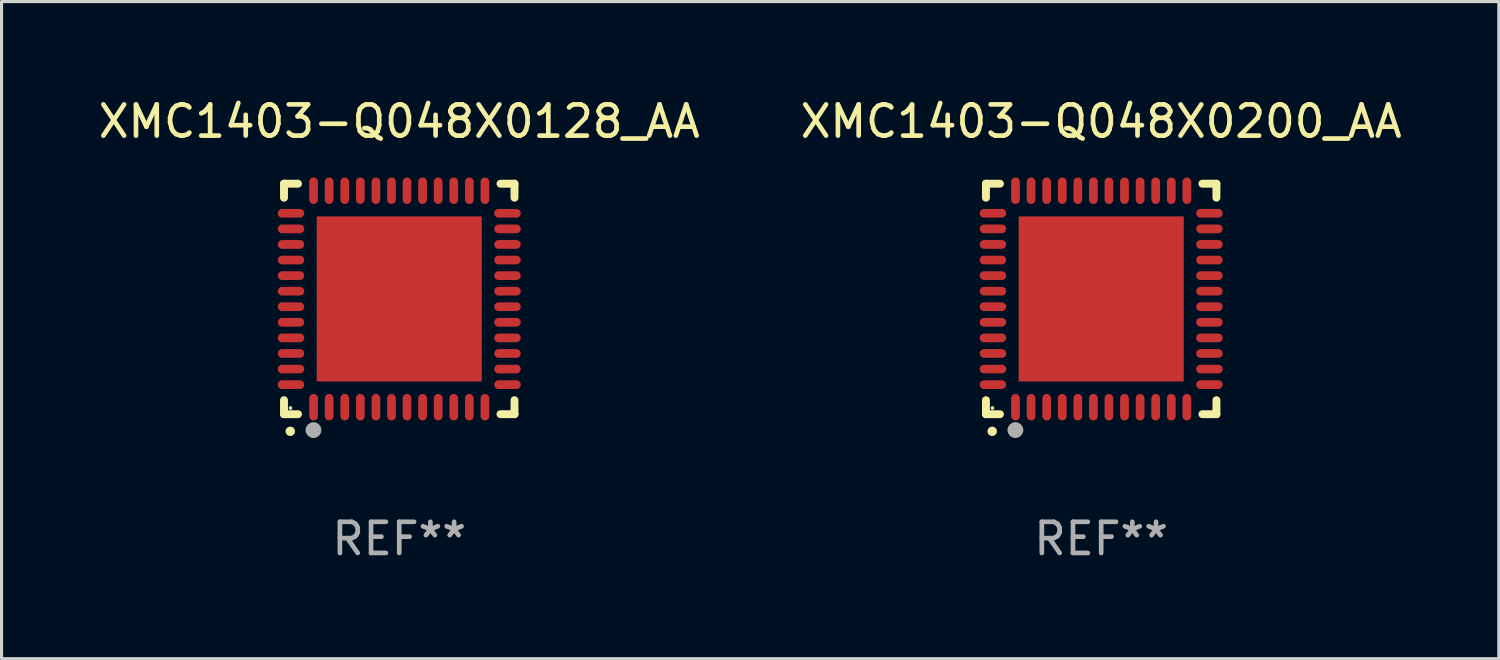
<source format=kicad_pcb>
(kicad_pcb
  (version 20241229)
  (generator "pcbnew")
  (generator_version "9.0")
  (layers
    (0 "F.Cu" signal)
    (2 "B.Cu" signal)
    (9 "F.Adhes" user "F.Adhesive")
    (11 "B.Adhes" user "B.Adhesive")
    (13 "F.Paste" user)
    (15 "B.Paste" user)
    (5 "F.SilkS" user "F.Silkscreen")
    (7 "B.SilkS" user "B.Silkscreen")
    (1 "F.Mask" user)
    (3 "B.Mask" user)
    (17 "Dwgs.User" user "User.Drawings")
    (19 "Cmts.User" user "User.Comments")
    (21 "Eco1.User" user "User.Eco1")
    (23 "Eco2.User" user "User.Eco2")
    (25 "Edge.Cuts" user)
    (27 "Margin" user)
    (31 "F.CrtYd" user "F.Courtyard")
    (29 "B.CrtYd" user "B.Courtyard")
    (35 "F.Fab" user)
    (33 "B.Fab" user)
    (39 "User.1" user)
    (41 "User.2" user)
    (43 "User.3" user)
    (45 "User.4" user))
  (footprint "XMC1403-Q048X0128_AA"
    (layer "F.Cu")
    (at 9.768 6.548)
    (property "Reference" "XMC1403-Q048X0128_AA" (at 0 -5.7 0) (layer "F.SilkS") (effects (font (size 1 1) (thickness 0.15))))
    (attr through_hole)
    (fp_line (start -3.7 -3.7) (end -3.25 -3.7) (stroke (width 0.254) (type solid)) (layer "F.SilkS"))
    (fp_line (start -3.7 -3.25) (end -3.7 -3.7) (stroke (width 0.254) (type solid)) (layer "F.SilkS"))
    (fp_line (start -3.7 3.7) (end -3.7 3.25) (stroke (width 0.254) (type solid)) (layer "F.SilkS"))
    (fp_line (start -3.25 3.7) (end -3.7 3.7) (stroke (width 0.254) (type solid)) (layer "F.SilkS"))
    (fp_line (start 3.25 3.7) (end 3.7 3.7) (stroke (width 0.254) (type solid)) (layer "F.SilkS"))
    (fp_line (start 3.7 -3.7) (end 3.25 -3.7) (stroke (width 0.254) (type solid)) (layer "F.SilkS"))
    (fp_line (start 3.7 -3.25) (end 3.7 -3.7) (stroke (width 0.254) (type solid)) (layer "F.SilkS"))
    (fp_line (start 3.7 3.7) (end 3.7 3.25) (stroke (width 0.254) (type solid)) (layer "F.SilkS"))
    (fp_arc (start -3.500127 4.249428) (mid -3.498857 4.249423) (end -3.497587 4.249428) (stroke (width 0.3) (type solid)) (layer "F.SilkS"))
    (fp_circle (center -3.491 3.501) (end -3.461 3.501) (stroke (width 0.06) (type solid)) (fill no) (layer "F.SilkS"))
    (fp_circle (center -2.754 4.21) (end -2.627 4.21) (stroke (width 0.254) (type solid)) (fill no) (layer "F.Fab"))
    (fp_text user "REF**" (at 0 7.7 0) (layer "F.Fab") (effects (font (size 1 1) (thickness 0.15))))
    (pad "1" smd oval (at -2.751 3.475) (size 0.28 0.85) (layers "F.Cu" "F.Mask" "F.Paste"))
    (pad "2" smd oval (at -2.251 3.475) (size 0.28 0.85) (layers "F.Cu" "F.Mask" "F.Paste"))
    (pad "3" smd oval (at -1.75 3.475) (size 0.28 0.85) (layers "F.Cu" "F.Mask" "F.Paste"))
    (pad "4" smd oval (at -1.25 3.475) (size 0.28 0.85) (layers "F.Cu" "F.Mask" "F.Paste"))
    (pad "5" smd oval (at -0.749 3.475) (size 0.28 0.85) (layers "F.Cu" "F.Mask" "F.Paste"))
    (pad "6" smd oval (at -0.249 3.475) (size 0.28 0.85) (layers "F.Cu" "F.Mask" "F.Paste"))
    (pad "7" smd oval (at 0.249 3.475) (size 0.28 0.85) (layers "F.Cu" "F.Mask" "F.Paste"))
    (pad "8" smd oval (at 0.749 3.475) (size 0.28 0.85) (layers "F.Cu" "F.Mask" "F.Paste"))
    (pad "9" smd oval (at 1.25 3.475) (size 0.28 0.85) (layers "F.Cu" "F.Mask" "F.Paste"))
    (pad "10" smd oval (at 1.75 3.475) (size 0.28 0.85) (layers "F.Cu" "F.Mask" "F.Paste"))
    (pad "11" smd oval (at 2.25 3.475) (size 0.28 0.85) (layers "F.Cu" "F.Mask" "F.Paste"))
    (pad "12" smd oval (at 2.751 3.475) (size 0.28 0.85) (layers "F.Cu" "F.Mask" "F.Paste"))
    (pad "13" smd oval (at 3.475 2.751) (size 0.85 0.28) (layers "F.Cu" "F.Mask" "F.Paste"))
    (pad "14" smd oval (at 3.475 2.251) (size 0.85 0.28) (layers "F.Cu" "F.Mask" "F.Paste"))
    (pad "15" smd oval (at 3.475 1.75) (size 0.85 0.28) (layers "F.Cu" "F.Mask" "F.Paste"))
    (pad "16" smd oval (at 3.475 1.25) (size 0.85 0.28) (layers "F.Cu" "F.Mask" "F.Paste"))
    (pad "17" smd oval (at 3.475 0.749) (size 0.85 0.28) (layers "F.Cu" "F.Mask" "F.Paste"))
    (pad "18" smd oval (at 3.475 0.249) (size 0.85 0.28) (layers "F.Cu" "F.Mask" "F.Paste"))
    (pad "19" smd oval (at 3.475 -0.249) (size 0.85 0.28) (layers "F.Cu" "F.Mask" "F.Paste"))
    (pad "20" smd oval (at 3.475 -0.749) (size 0.85 0.28) (layers "F.Cu" "F.Mask" "F.Paste"))
    (pad "21" smd oval (at 3.475 -1.25) (size 0.85 0.28) (layers "F.Cu" "F.Mask" "F.Paste"))
    (pad "22" smd oval (at 3.475 -1.75) (size 0.85 0.28) (layers "F.Cu" "F.Mask" "F.Paste"))
    (pad "23" smd oval (at 3.475 -2.25) (size 0.85 0.28) (layers "F.Cu" "F.Mask" "F.Paste"))
    (pad "24" smd oval (at 3.475 -2.751) (size 0.85 0.28) (layers "F.Cu" "F.Mask" "F.Paste"))
    (pad "25" smd oval (at 2.751 -3.475) (size 0.28 0.85) (layers "F.Cu" "F.Mask" "F.Paste"))
    (pad "26" smd oval (at 2.25 -3.475) (size 0.28 0.85) (layers "F.Cu" "F.Mask" "F.Paste"))
    (pad "27" smd oval (at 1.75 -3.475) (size 0.28 0.85) (layers "F.Cu" "F.Mask" "F.Paste"))
    (pad "28" smd oval (at 1.25 -3.475) (size 0.28 0.85) (layers "F.Cu" "F.Mask" "F.Paste"))
    (pad "29" smd oval (at 0.749 -3.475) (size 0.28 0.85) (layers "F.Cu" "F.Mask" "F.Paste"))
    (pad "30" smd oval (at 0.249 -3.475) (size 0.28 0.85) (layers "F.Cu" "F.Mask" "F.Paste"))
    (pad "31" smd oval (at -0.249 -3.475) (size 0.28 0.85) (layers "F.Cu" "F.Mask" "F.Paste"))
    (pad "32" smd oval (at -0.749 -3.475) (size 0.28 0.85) (layers "F.Cu" "F.Mask" "F.Paste"))
    (pad "33" smd oval (at -1.25 -3.475) (size 0.28 0.85) (layers "F.Cu" "F.Mask" "F.Paste"))
    (pad "34" smd oval (at -1.75 -3.475) (size 0.28 0.85) (layers "F.Cu" "F.Mask" "F.Paste"))
    (pad "35" smd oval (at -2.251 -3.475) (size 0.28 0.85) (layers "F.Cu" "F.Mask" "F.Paste"))
    (pad "36" smd oval (at -2.751 -3.475) (size 0.28 0.85) (layers "F.Cu" "F.Mask" "F.Paste"))
    (pad "37" smd oval (at -3.475 -2.751) (size 0.85 0.28) (layers "F.Cu" "F.Mask" "F.Paste"))
    (pad "38" smd oval (at -3.475 -2.25) (size 0.85 0.28) (layers "F.Cu" "F.Mask" "F.Paste"))
    (pad "39" smd oval (at -3.475 -1.75) (size 0.85 0.28) (layers "F.Cu" "F.Mask" "F.Paste"))
    (pad "40" smd oval (at -3.475 -1.25) (size 0.85 0.28) (layers "F.Cu" "F.Mask" "F.Paste"))
    (pad "41" smd oval (at -3.475 -0.749) (size 0.85 0.28) (layers "F.Cu" "F.Mask" "F.Paste"))
    (pad "42" smd oval (at -3.475 -0.249) (size 0.85 0.28) (layers "F.Cu" "F.Mask" "F.Paste"))
    (pad "43" smd oval (at -3.475 0.249) (size 0.85 0.28) (layers "F.Cu" "F.Mask" "F.Paste"))
    (pad "44" smd oval (at -3.475 0.749) (size 0.85 0.28) (layers "F.Cu" "F.Mask" "F.Paste"))
    (pad "45" smd oval (at -3.475 1.25) (size 0.85 0.28) (layers "F.Cu" "F.Mask" "F.Paste"))
    (pad "46" smd oval (at -3.475 1.75) (size 0.85 0.28) (layers "F.Cu" "F.Mask" "F.Paste"))
    (pad "47" smd oval (at -3.475 2.251) (size 0.85 0.28) (layers "F.Cu" "F.Mask" "F.Paste"))
    (pad "48" smd oval (at -3.475 2.751) (size 0.85 0.28) (layers "F.Cu" "F.Mask" "F.Paste"))
    (pad "49" smd rect (at -0.000102 0.000102) (size 5.3 5.3) (layers "F.Cu" "F.Mask" "F.Paste")))
  (footprint "XMC1403-Q048X0200_AA"
    (layer "F.Cu")
    (at 32.304 6.548)
    (property "Reference" "XMC1403-Q048X0200_AA" (at 0 -5.7 0) (layer "F.SilkS") (effects (font (size 1 1) (thickness 0.15))))
    (attr through_hole)
    (fp_line (start -3.7 -3.7) (end -3.25 -3.7) (stroke (width 0.254) (type solid)) (layer "F.SilkS"))
    (fp_line (start -3.7 -3.25) (end -3.7 -3.7) (stroke (width 0.254) (type solid)) (layer "F.SilkS"))
    (fp_line (start -3.7 3.7) (end -3.7 3.25) (stroke (width 0.254) (type solid)) (layer "F.SilkS"))
    (fp_line (start -3.25 3.7) (end -3.7 3.7) (stroke (width 0.254) (type solid)) (layer "F.SilkS"))
    (fp_line (start 3.25 3.7) (end 3.7 3.7) (stroke (width 0.254) (type solid)) (layer "F.SilkS"))
    (fp_line (start 3.7 -3.7) (end 3.25 -3.7) (stroke (width 0.254) (type solid)) (layer "F.SilkS"))
    (fp_line (start 3.7 -3.25) (end 3.7 -3.7) (stroke (width 0.254) (type solid)) (layer "F.SilkS"))
    (fp_line (start 3.7 3.7) (end 3.7 3.25) (stroke (width 0.254) (type solid)) (layer "F.SilkS"))
    (fp_arc (start -3.500127 4.249428) (mid -3.498857 4.249423) (end -3.497587 4.249428) (stroke (width 0.3) (type solid)) (layer "F.SilkS"))
    (fp_circle (center -3.491 3.501) (end -3.461 3.501) (stroke (width 0.06) (type solid)) (fill no) (layer "F.SilkS"))
    (fp_circle (center -2.754 4.21) (end -2.627 4.21) (stroke (width 0.254) (type solid)) (fill no) (layer "F.Fab"))
    (fp_text user "REF**" (at 0 7.7 0) (layer "F.Fab") (effects (font (size 1 1) (thickness 0.15))))
    (pad "1" smd oval (at -2.751 3.475) (size 0.28 0.85) (layers "F.Cu" "F.Mask" "F.Paste"))
    (pad "2" smd oval (at -2.251 3.475) (size 0.28 0.85) (layers "F.Cu" "F.Mask" "F.Paste"))
    (pad "3" smd oval (at -1.75 3.475) (size 0.28 0.85) (layers "F.Cu" "F.Mask" "F.Paste"))
    (pad "4" smd oval (at -1.25 3.475) (size 0.28 0.85) (layers "F.Cu" "F.Mask" "F.Paste"))
    (pad "5" smd oval (at -0.749 3.475) (size 0.28 0.85) (layers "F.Cu" "F.Mask" "F.Paste"))
    (pad "6" smd oval (at -0.249 3.475) (size 0.28 0.85) (layers "F.Cu" "F.Mask" "F.Paste"))
    (pad "7" smd oval (at 0.249 3.475) (size 0.28 0.85) (layers "F.Cu" "F.Mask" "F.Paste"))
    (pad "8" smd oval (at 0.749 3.475) (size 0.28 0.85) (layers "F.Cu" "F.Mask" "F.Paste"))
    (pad "9" smd oval (at 1.25 3.475) (size 0.28 0.85) (layers "F.Cu" "F.Mask" "F.Paste"))
    (pad "10" smd oval (at 1.75 3.475) (size 0.28 0.85) (layers "F.Cu" "F.Mask" "F.Paste"))
    (pad "11" smd oval (at 2.25 3.475) (size 0.28 0.85) (layers "F.Cu" "F.Mask" "F.Paste"))
    (pad "12" smd oval (at 2.751 3.475) (size 0.28 0.85) (layers "F.Cu" "F.Mask" "F.Paste"))
    (pad "13" smd oval (at 3.475 2.751) (size 0.85 0.28) (layers "F.Cu" "F.Mask" "F.Paste"))
    (pad "14" smd oval (at 3.475 2.251) (size 0.85 0.28) (layers "F.Cu" "F.Mask" "F.Paste"))
    (pad "15" smd oval (at 3.475 1.75) (size 0.85 0.28) (layers "F.Cu" "F.Mask" "F.Paste"))
    (pad "16" smd oval (at 3.475 1.25) (size 0.85 0.28) (layers "F.Cu" "F.Mask" "F.Paste"))
    (pad "17" smd oval (at 3.475 0.749) (size 0.85 0.28) (layers "F.Cu" "F.Mask" "F.Paste"))
    (pad "18" smd oval (at 3.475 0.249) (size 0.85 0.28) (layers "F.Cu" "F.Mask" "F.Paste"))
    (pad "19" smd oval (at 3.475 -0.249) (size 0.85 0.28) (layers "F.Cu" "F.Mask" "F.Paste"))
    (pad "20" smd oval (at 3.475 -0.749) (size 0.85 0.28) (layers "F.Cu" "F.Mask" "F.Paste"))
    (pad "21" smd oval (at 3.475 -1.25) (size 0.85 0.28) (layers "F.Cu" "F.Mask" "F.Paste"))
    (pad "22" smd oval (at 3.475 -1.75) (size 0.85 0.28) (layers "F.Cu" "F.Mask" "F.Paste"))
    (pad "23" smd oval (at 3.475 -2.25) (size 0.85 0.28) (layers "F.Cu" "F.Mask" "F.Paste"))
    (pad "24" smd oval (at 3.475 -2.751) (size 0.85 0.28) (layers "F.Cu" "F.Mask" "F.Paste"))
    (pad "25" smd oval (at 2.751 -3.475) (size 0.28 0.85) (layers "F.Cu" "F.Mask" "F.Paste"))
    (pad "26" smd oval (at 2.25 -3.475) (size 0.28 0.85) (layers "F.Cu" "F.Mask" "F.Paste"))
    (pad "27" smd oval (at 1.75 -3.475) (size 0.28 0.85) (layers "F.Cu" "F.Mask" "F.Paste"))
    (pad "28" smd oval (at 1.25 -3.475) (size 0.28 0.85) (layers "F.Cu" "F.Mask" "F.Paste"))
    (pad "29" smd oval (at 0.749 -3.475) (size 0.28 0.85) (layers "F.Cu" "F.Mask" "F.Paste"))
    (pad "30" smd oval (at 0.249 -3.475) (size 0.28 0.85) (layers "F.Cu" "F.Mask" "F.Paste"))
    (pad "31" smd oval (at -0.249 -3.475) (size 0.28 0.85) (layers "F.Cu" "F.Mask" "F.Paste"))
    (pad "32" smd oval (at -0.749 -3.475) (size 0.28 0.85) (layers "F.Cu" "F.Mask" "F.Paste"))
    (pad "33" smd oval (at -1.25 -3.475) (size 0.28 0.85) (layers "F.Cu" "F.Mask" "F.Paste"))
    (pad "34" smd oval (at -1.75 -3.475) (size 0.28 0.85) (layers "F.Cu" "F.Mask" "F.Paste"))
    (pad "35" smd oval (at -2.251 -3.475) (size 0.28 0.85) (layers "F.Cu" "F.Mask" "F.Paste"))
    (pad "36" smd oval (at -2.751 -3.475) (size 0.28 0.85) (layers "F.Cu" "F.Mask" "F.Paste"))
    (pad "37" smd oval (at -3.475 -2.751) (size 0.85 0.28) (layers "F.Cu" "F.Mask" "F.Paste"))
    (pad "38" smd oval (at -3.475 -2.25) (size 0.85 0.28) (layers "F.Cu" "F.Mask" "F.Paste"))
    (pad "39" smd oval (at -3.475 -1.75) (size 0.85 0.28) (layers "F.Cu" "F.Mask" "F.Paste"))
    (pad "40" smd oval (at -3.475 -1.25) (size 0.85 0.28) (layers "F.Cu" "F.Mask" "F.Paste"))
    (pad "41" smd oval (at -3.475 -0.749) (size 0.85 0.28) (layers "F.Cu" "F.Mask" "F.Paste"))
    (pad "42" smd oval (at -3.475 -0.249) (size 0.85 0.28) (layers "F.Cu" "F.Mask" "F.Paste"))
    (pad "43" smd oval (at -3.475 0.249) (size 0.85 0.28) (layers "F.Cu" "F.Mask" "F.Paste"))
    (pad "44" smd oval (at -3.475 0.749) (size 0.85 0.28) (layers "F.Cu" "F.Mask" "F.Paste"))
    (pad "45" smd oval (at -3.475 1.25) (size 0.85 0.28) (layers "F.Cu" "F.Mask" "F.Paste"))
    (pad "46" smd oval (at -3.475 1.75) (size 0.85 0.28) (layers "F.Cu" "F.Mask" "F.Paste"))
    (pad "47" smd oval (at -3.475 2.251) (size 0.85 0.28) (layers "F.Cu" "F.Mask" "F.Paste"))
    (pad "48" smd oval (at -3.475 2.751) (size 0.85 0.28) (layers "F.Cu" "F.Mask" "F.Paste"))
    (pad "49" smd rect (at -0.000102 0.000102) (size 5.3 5.3) (layers "F.Cu" "F.Mask" "F.Paste")))
  (gr_rect
    (start -3 -3)
    (end 45.071 18.097)
    (stroke (width 0.1) (type default))
    (fill no)
    (layer "Edge.Cuts")))
</source>
